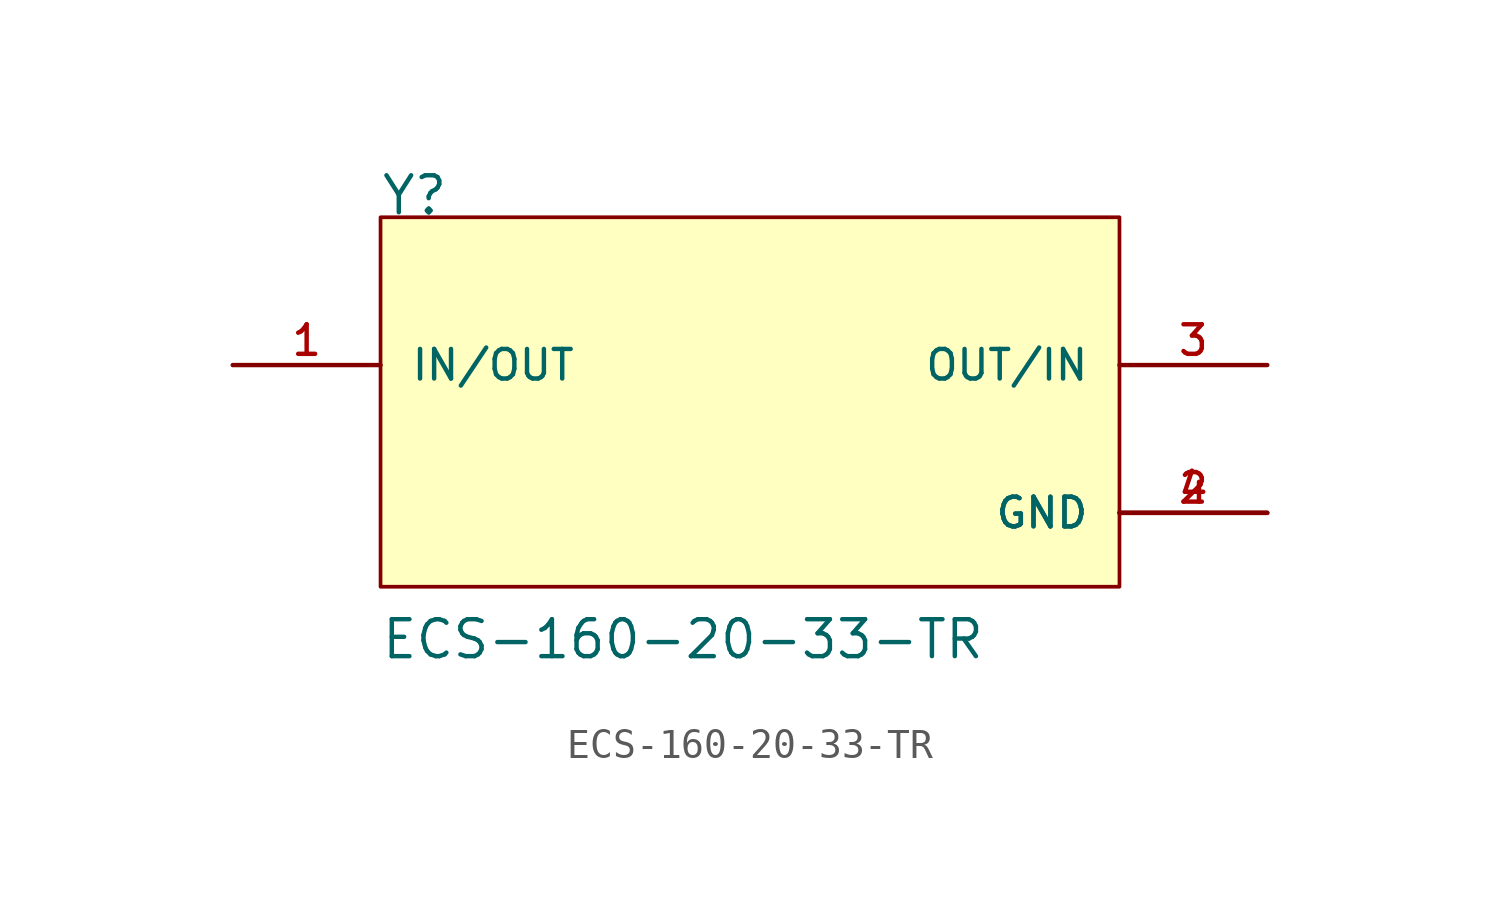
<source format=kicad_sym>
(kicad_symbol_lib
  (version 20211014)
  (generator kicad_symbol_editor)
  (symbol "ECS-160-20-33-TR"
    (pin_names
      (offset 1.016))
    (property "Reference" "Y"
      (at -12.717 7.63 0)
      (effects (font (size 1.27 1.27)) (justify bottom left)))
    (property "Value" "ECS-160-20-33-TR"
      (at -12.715 -7.629 0)
      (effects (font (size 1.27 1.27)) (justify bottom left)))
    (symbol "ECS-160-20-33-TR_0_0"
      (rectangle (start -12.7 -5.08) (end 12.7 7.62) (stroke (width 0.127)) (fill (type background)))
      (pin bidirectional line (at 17.78 2.54 180.0) (length 5.08) (name "OUT/IN" (effects (font (size 1.016 1.016)))) (number "3" (effects (font (size 1.016 1.016)))))
      (pin bidirectional line (at -17.78 2.54 0) (length 5.08) (name "IN/OUT" (effects (font (size 1.016 1.016)))) (number "1" (effects (font (size 1.016 1.016)))))
      (pin power_in line (at 17.78 -2.54 180.0) (length 5.08) (name "GND" (effects (font (size 1.016 1.016)))) (number "2" (effects (font (size 1.016 1.016)))))
      (pin power_in line (at 17.78 -2.54 180.0) (length 5.08) (name "GND" (effects (font (size 1.016 1.016)))) (number "4" (effects (font (size 1.016 1.016))))))))
</source>
